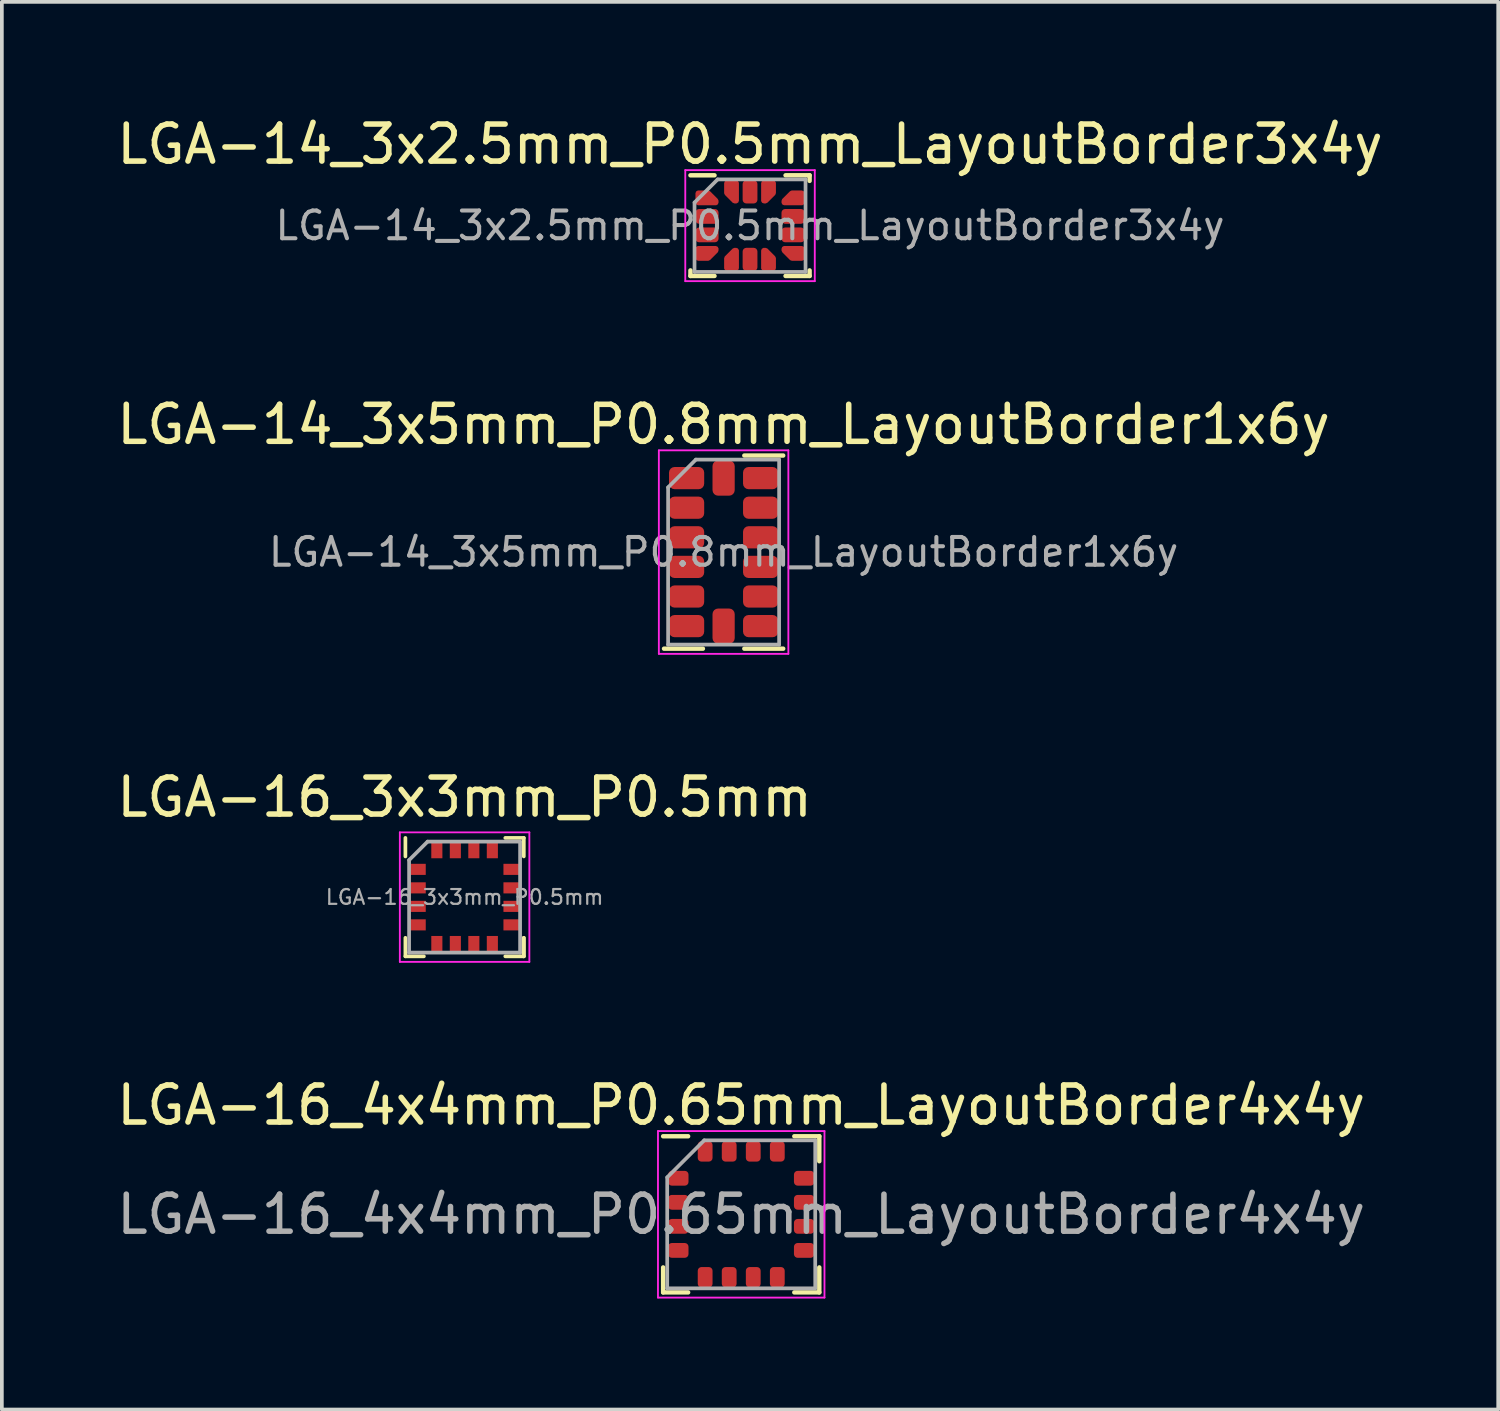
<source format=kicad_pcb>
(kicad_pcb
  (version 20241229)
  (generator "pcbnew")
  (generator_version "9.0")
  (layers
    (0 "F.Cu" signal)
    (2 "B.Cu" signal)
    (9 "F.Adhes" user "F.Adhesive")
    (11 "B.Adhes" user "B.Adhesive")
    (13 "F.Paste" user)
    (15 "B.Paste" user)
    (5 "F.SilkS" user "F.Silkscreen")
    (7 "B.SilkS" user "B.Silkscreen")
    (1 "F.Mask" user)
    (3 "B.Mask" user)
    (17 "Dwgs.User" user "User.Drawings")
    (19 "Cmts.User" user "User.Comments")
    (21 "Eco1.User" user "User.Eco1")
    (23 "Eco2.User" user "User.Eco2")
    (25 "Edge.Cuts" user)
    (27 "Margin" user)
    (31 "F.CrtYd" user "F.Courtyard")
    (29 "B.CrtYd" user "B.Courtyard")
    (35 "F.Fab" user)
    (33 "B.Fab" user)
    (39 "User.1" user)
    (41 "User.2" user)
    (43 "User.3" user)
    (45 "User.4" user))
  (footprint "LGA-16_4x4mm_P0.65mm_LayoutBorder4x4y"
    (layer "F.Cu")
    (at 16.982 29.768)
    (property "Reference" "LGA-16_4x4mm_P0.65mm_LayoutBorder4x4y" (at 0 -2.95 0) (layer "F.SilkS") (effects (font (size 1 1) (thickness 0.15))))
    (attr smd)
    (fp_line (start -2.11 2.11) (end -2.11 1.435) (stroke (width 0.12) (type solid)) (layer "F.SilkS"))
    (fp_line (start -1.435 -2.11) (end -2.11 -2.11) (stroke (width 0.12) (type solid)) (layer "F.SilkS"))
    (fp_line (start -1.435 2.11) (end -2.11 2.11) (stroke (width 0.12) (type solid)) (layer "F.SilkS"))
    (fp_line (start 1.435 -2.11) (end 2.11 -2.11) (stroke (width 0.12) (type solid)) (layer "F.SilkS"))
    (fp_line (start 1.435 2.11) (end 2.11 2.11) (stroke (width 0.12) (type solid)) (layer "F.SilkS"))
    (fp_line (start 2.11 -2.11) (end 2.11 -1.435) (stroke (width 0.12) (type solid)) (layer "F.SilkS"))
    (fp_line (start 2.11 2.11) (end 2.11 1.435) (stroke (width 0.12) (type solid)) (layer "F.SilkS"))
    (fp_line (start -2.25 -2.25) (end -2.25 2.25) (stroke (width 0.05) (type solid)) (layer "F.CrtYd"))
    (fp_line (start -2.25 2.25) (end 2.25 2.25) (stroke (width 0.05) (type solid)) (layer "F.CrtYd"))
    (fp_line (start 2.25 -2.25) (end -2.25 -2.25) (stroke (width 0.05) (type solid)) (layer "F.CrtYd"))
    (fp_line (start 2.25 2.25) (end 2.25 -2.25) (stroke (width 0.05) (type solid)) (layer "F.CrtYd"))
    (fp_line (start -2 -1) (end -1 -2) (stroke (width 0.1) (type solid)) (layer "F.Fab"))
    (fp_line (start -2 2) (end -2 -1) (stroke (width 0.1) (type solid)) (layer "F.Fab"))
    (fp_line (start -1 -2) (end 2 -2) (stroke (width 0.1) (type solid)) (layer "F.Fab"))
    (fp_line (start 2 -2) (end 2 2) (stroke (width 0.1) (type solid)) (layer "F.Fab"))
    (fp_line (start 2 2) (end -2 2) (stroke (width 0.1) (type solid)) (layer "F.Fab"))
    (fp_text user "${REFERENCE}" (at 0 0 0) (layer "F.Fab") (effects (font (size 1 1) (thickness 0.15))))
    (pad "1" smd roundrect (at -1.7 -0.975) (size 0.55 0.4) (layers "F.Cu" "F.Mask" "F.Paste") (roundrect_rratio 0.25))
    (pad "2" smd roundrect (at -1.7 -0.325) (size 0.55 0.4) (layers "F.Cu" "F.Mask" "F.Paste") (roundrect_rratio 0.25))
    (pad "3" smd roundrect (at -1.7 0.325) (size 0.55 0.4) (layers "F.Cu" "F.Mask" "F.Paste") (roundrect_rratio 0.25))
    (pad "4" smd roundrect (at -1.7 0.975) (size 0.55 0.4) (layers "F.Cu" "F.Mask" "F.Paste") (roundrect_rratio 0.25))
    (pad "5" smd roundrect (at -0.975 1.7) (size 0.4 0.55) (layers "F.Cu" "F.Mask" "F.Paste") (roundrect_rratio 0.25))
    (pad "6" smd roundrect (at -0.325 1.7) (size 0.4 0.55) (layers "F.Cu" "F.Mask" "F.Paste") (roundrect_rratio 0.25))
    (pad "7" smd roundrect (at 0.325 1.7) (size 0.4 0.55) (layers "F.Cu" "F.Mask" "F.Paste") (roundrect_rratio 0.25))
    (pad "8" smd roundrect (at 0.975 1.7) (size 0.4 0.55) (layers "F.Cu" "F.Mask" "F.Paste") (roundrect_rratio 0.25))
    (pad "9" smd roundrect (at 1.7 0.975) (size 0.55 0.4) (layers "F.Cu" "F.Mask" "F.Paste") (roundrect_rratio 0.25))
    (pad "10" smd roundrect (at 1.7 0.325) (size 0.55 0.4) (layers "F.Cu" "F.Mask" "F.Paste") (roundrect_rratio 0.25))
    (pad "11" smd roundrect (at 1.7 -0.325) (size 0.55 0.4) (layers "F.Cu" "F.Mask" "F.Paste") (roundrect_rratio 0.25))
    (pad "12" smd roundrect (at 1.7 -0.975) (size 0.55 0.4) (layers "F.Cu" "F.Mask" "F.Paste") (roundrect_rratio 0.25))
    (pad "13" smd roundrect (at 0.975 -1.7) (size 0.4 0.55) (layers "F.Cu" "F.Mask" "F.Paste") (roundrect_rratio 0.25))
    (pad "14" smd roundrect (at 0.325 -1.7) (size 0.4 0.55) (layers "F.Cu" "F.Mask" "F.Paste") (roundrect_rratio 0.25))
    (pad "15" smd roundrect (at -0.325 -1.7) (size 0.4 0.55) (layers "F.Cu" "F.Mask" "F.Paste") (roundrect_rratio 0.25))
    (pad "16" smd roundrect (at -0.975 -1.7) (size 0.4 0.55) (layers "F.Cu" "F.Mask" "F.Paste") (roundrect_rratio 0.25)))
  (footprint "LGA-16_3x3mm_P0.5mm"
    (layer "F.Cu")
    (at 9.506 21.195)
    (property "Reference" "LGA-16_3x3mm_P0.5mm" (at 0 -2.7 0) (layer "F.SilkS") (effects (font (size 1 1) (thickness 0.15))))
    (attr smd)
    (fp_line (start -1.6 -1.6) (end -1.6 -1.1) (stroke (width 0.1) (type solid)) (layer "F.SilkS"))
    (fp_line (start -1.6 1.6) (end -1.6 1.1) (stroke (width 0.1) (type solid)) (layer "F.SilkS"))
    (fp_line (start -1.6 1.6) (end -1.1 1.6) (stroke (width 0.1) (type solid)) (layer "F.SilkS"))
    (fp_line (start 1.1 -1.6) (end 1.6 -1.6) (stroke (width 0.1) (type solid)) (layer "F.SilkS"))
    (fp_line (start 1.6 -1.6) (end 1.6 -1.1) (stroke (width 0.1) (type solid)) (layer "F.SilkS"))
    (fp_line (start 1.6 1.1) (end 1.6 1.6) (stroke (width 0.1) (type solid)) (layer "F.SilkS"))
    (fp_line (start 1.6 1.6) (end 1.1 1.6) (stroke (width 0.1) (type solid)) (layer "F.SilkS"))
    (fp_line (start 1.6 1.6) (end 1.6 1.1) (stroke (width 0.1) (type solid)) (layer "F.SilkS"))
    (fp_line (start -1.75 -1.75) (end 1.75 -1.75) (stroke (width 0.05) (type solid)) (layer "F.CrtYd"))
    (fp_line (start -1.75 1.75) (end -1.75 -1.75) (stroke (width 0.05) (type solid)) (layer "F.CrtYd"))
    (fp_line (start 1.75 -1.75) (end 1.75 1.75) (stroke (width 0.05) (type solid)) (layer "F.CrtYd"))
    (fp_line (start 1.75 1.75) (end -1.75 1.75) (stroke (width 0.05) (type solid)) (layer "F.CrtYd"))
    (fp_line (start -1.5 -1) (end -1 -1.5) (stroke (width 0.1) (type solid)) (layer "F.Fab"))
    (fp_line (start -1.5 1.5) (end -1.5 -1) (stroke (width 0.1) (type solid)) (layer "F.Fab"))
    (fp_line (start -1 -1.5) (end 1.5 -1.5) (stroke (width 0.1) (type solid)) (layer "F.Fab"))
    (fp_line (start 1.5 -1.5) (end 1.5 1.5) (stroke (width 0.1) (type solid)) (layer "F.Fab"))
    (fp_line (start 1.5 1.5) (end -1.5 1.5) (stroke (width 0.1) (type solid)) (layer "F.Fab"))
    (fp_text user "${REFERENCE}" (at 0 0 180) (layer "F.Fab") (effects (font (size 0.4 0.4) (thickness 0.06))))
    (pad "1" smd rect (at -1.275 -0.75 90) (size 0.3 0.45) (layers "F.Cu" "F.Mask" "F.Paste"))
    (pad "2" smd rect (at -1.275 -0.25 90) (size 0.3 0.45) (layers "F.Cu" "F.Mask" "F.Paste"))
    (pad "3" smd rect (at -1.275 0.25 90) (size 0.3 0.45) (layers "F.Cu" "F.Mask" "F.Paste"))
    (pad "4" smd rect (at -1.275 0.75 90) (size 0.3 0.45) (layers "F.Cu" "F.Mask" "F.Paste"))
    (pad "5" smd rect (at -0.75 1.275) (size 0.3 0.45) (layers "F.Cu" "F.Mask" "F.Paste"))
    (pad "6" smd rect (at -0.25 1.275) (size 0.3 0.45) (layers "F.Cu" "F.Mask" "F.Paste"))
    (pad "7" smd rect (at 0.25 1.275) (size 0.3 0.45) (layers "F.Cu" "F.Mask" "F.Paste"))
    (pad "8" smd rect (at 0.75 1.275) (size 0.3 0.45) (layers "F.Cu" "F.Mask" "F.Paste"))
    (pad "9" smd rect (at 1.275 0.75 90) (size 0.3 0.45) (layers "F.Cu" "F.Mask" "F.Paste"))
    (pad "10" smd rect (at 1.275 0.25 90) (size 0.3 0.45) (layers "F.Cu" "F.Mask" "F.Paste"))
    (pad "11" smd rect (at 1.275 -0.25 90) (size 0.3 0.45) (layers "F.Cu" "F.Mask" "F.Paste"))
    (pad "12" smd rect (at 1.275 -0.75 90) (size 0.3 0.45) (layers "F.Cu" "F.Mask" "F.Paste"))
    (pad "13" smd rect (at 0.75 -1.275) (size 0.3 0.45) (layers "F.Cu" "F.Mask" "F.Paste"))
    (pad "14" smd rect (at 0.25 -1.275) (size 0.3 0.45) (layers "F.Cu" "F.Mask" "F.Paste"))
    (pad "15" smd rect (at -0.25 -1.275) (size 0.3 0.45) (layers "F.Cu" "F.Mask" "F.Paste"))
    (pad "16" smd rect (at -0.75 -1.275) (size 0.3 0.45) (layers "F.Cu" "F.Mask" "F.Paste")))
  (footprint "LGA-14_3x2.5mm_P0.5mm_LayoutBorder3x4y"
    (layer "F.Cu")
    (at 17.22 3.048)
    (property "Reference" "LGA-14_3x2.5mm_P0.5mm_LayoutBorder3x4y" (at 0 -2.2 0) (layer "F.SilkS") (effects (font (size 1 1) (thickness 0.15))))
    (attr smd)
    (fp_line (start -1.61 1.36) (end -1.61 1.21) (stroke (width 0.12) (type solid)) (layer "F.SilkS"))
    (fp_line (start -0.96 -1.36) (end -1.61 -1.36) (stroke (width 0.12) (type solid)) (layer "F.SilkS"))
    (fp_line (start -0.96 1.36) (end -1.61 1.36) (stroke (width 0.12) (type solid)) (layer "F.SilkS"))
    (fp_line (start 0.96 -1.36) (end 1.61 -1.36) (stroke (width 0.12) (type solid)) (layer "F.SilkS"))
    (fp_line (start 0.96 1.36) (end 1.61 1.36) (stroke (width 0.12) (type solid)) (layer "F.SilkS"))
    (fp_line (start 1.61 -1.36) (end 1.61 -1.21) (stroke (width 0.12) (type solid)) (layer "F.SilkS"))
    (fp_line (start 1.61 1.36) (end 1.61 1.21) (stroke (width 0.12) (type solid)) (layer "F.SilkS"))
    (fp_line (start -1.75 -1.5) (end -1.75 1.5) (stroke (width 0.05) (type solid)) (layer "F.CrtYd"))
    (fp_line (start -1.75 1.5) (end 1.75 1.5) (stroke (width 0.05) (type solid)) (layer "F.CrtYd"))
    (fp_line (start 1.75 -1.5) (end -1.75 -1.5) (stroke (width 0.05) (type solid)) (layer "F.CrtYd"))
    (fp_line (start 1.75 1.5) (end 1.75 -1.5) (stroke (width 0.05) (type solid)) (layer "F.CrtYd"))
    (fp_line (start -1.5 -0.625) (end -0.875 -1.25) (stroke (width 0.1) (type solid)) (layer "F.Fab"))
    (fp_line (start -1.5 1.25) (end -1.5 -0.625) (stroke (width 0.1) (type solid)) (layer "F.Fab"))
    (fp_line (start -0.875 -1.25) (end 1.5 -1.25) (stroke (width 0.1) (type solid)) (layer "F.Fab"))
    (fp_line (start 1.5 -1.25) (end 1.5 1.25) (stroke (width 0.1) (type solid)) (layer "F.Fab"))
    (fp_line (start 1.5 1.25) (end -1.5 1.25) (stroke (width 0.1) (type solid)) (layer "F.Fab"))
    (fp_text user "${REFERENCE}" (at 0 0 0) (layer "F.Fab") (effects (font (size 0.75 0.75) (thickness 0.11))))
    (pad "1" smd custom (at -1.163 -0.75) (size 0.223 0.223) (layers "F.Cu" "F.Mask" "F.Paste") (options (anchor circle)) (primitives (gr_poly (pts (xy -0.237 -0.125) (xy 0.031 -0.125) (xy 0.237 0.081) (xy 0.237 0.125) (xy -0.237 0.125)) (width 0.15) (fill yes))))
    (pad "2" smd roundrect (at -1.163 -0.25) (size 0.625 0.4) (layers "F.Cu" "F.Mask" "F.Paste") (roundrect_rratio 0.25))
    (pad "3" smd roundrect (at -1.163 0.25) (size 0.625 0.4) (layers "F.Cu" "F.Mask" "F.Paste") (roundrect_rratio 0.25))
    (pad "4" smd custom (at -1.163 0.75) (size 0.223 0.223) (layers "F.Cu" "F.Mask" "F.Paste") (options (anchor circle)) (primitives (gr_poly (pts (xy -0.237 -0.125) (xy 0.237 -0.125) (xy 0.237 -0.081) (xy 0.031 0.125) (xy -0.237 0.125)) (width 0.15) (fill yes))))
    (pad "5" smd custom (at -0.5 0.912) (size 0.223 0.223) (layers "F.Cu" "F.Mask" "F.Paste") (options (anchor circle)) (primitives (gr_poly (pts (xy -0.125 -0.031) (xy 0.081 -0.237) (xy 0.125 -0.237) (xy 0.125 0.237) (xy -0.125 0.237)) (width 0.15) (fill yes))))
    (pad "6" smd roundrect (at 0 0.912) (size 0.4 0.625) (layers "F.Cu" "F.Mask" "F.Paste") (roundrect_rratio 0.25))
    (pad "7" smd custom (at 0.5 0.912) (size 0.223 0.223) (layers "F.Cu" "F.Mask" "F.Paste") (options (anchor circle)) (primitives (gr_poly (pts (xy -0.125 -0.237) (xy -0.081 -0.237) (xy 0.125 -0.031) (xy 0.125 0.237) (xy -0.125 0.237)) (width 0.15) (fill yes))))
    (pad "8" smd custom (at 1.163 0.75) (size 0.223 0.223) (layers "F.Cu" "F.Mask" "F.Paste") (options (anchor circle)) (primitives (gr_poly (pts (xy -0.237 -0.125) (xy 0.237 -0.125) (xy 0.237 0.125) (xy -0.031 0.125) (xy -0.237 -0.081)) (width 0.15) (fill yes))))
    (pad "9" smd roundrect (at 1.163 0.25) (size 0.625 0.4) (layers "F.Cu" "F.Mask" "F.Paste") (roundrect_rratio 0.25))
    (pad "10" smd roundrect (at 1.163 -0.25) (size 0.625 0.4) (layers "F.Cu" "F.Mask" "F.Paste") (roundrect_rratio 0.25))
    (pad "11" smd custom (at 1.163 -0.75) (size 0.223 0.223) (layers "F.Cu" "F.Mask" "F.Paste") (options (anchor circle)) (primitives (gr_poly (pts (xy -0.237 0.081) (xy -0.031 -0.125) (xy 0.237 -0.125) (xy 0.237 0.125) (xy -0.237 0.125)) (width 0.15) (fill yes))))
    (pad "12" smd custom (at 0.5 -0.912) (size 0.223 0.223) (layers "F.Cu" "F.Mask" "F.Paste") (options (anchor circle)) (primitives (gr_poly (pts (xy -0.125 -0.237) (xy 0.125 -0.237) (xy 0.125 0.031) (xy -0.081 0.237) (xy -0.125 0.237)) (width 0.15) (fill yes))))
    (pad "13" smd roundrect (at 0 -0.912) (size 0.4 0.625) (layers "F.Cu" "F.Mask" "F.Paste") (roundrect_rratio 0.25))
    (pad "14" smd custom (at -0.5 -0.912) (size 0.223 0.223) (layers "F.Cu" "F.Mask" "F.Paste") (options (anchor circle)) (primitives (gr_poly (pts (xy -0.125 -0.237) (xy 0.125 -0.237) (xy 0.125 0.237) (xy 0.081 0.237) (xy -0.125 0.031)) (width 0.15) (fill yes)))))
  (footprint "LGA-14_3x5mm_P0.8mm_LayoutBorder1x6y"
    (layer "F.Cu")
    (at 16.506 11.871)
    (property "Reference" "LGA-14_3x5mm_P0.8mm_LayoutBorder1x6y" (at 0 -3.45 0) (layer "F.SilkS") (effects (font (size 1 1) (thickness 0.15))))
    (attr smd)
    (fp_line (start -0.56 2.61) (end -1.61 2.61) (stroke (width 0.12) (type solid)) (layer "F.SilkS"))
    (fp_line (start 0.56 -2.61) (end 1.61 -2.61) (stroke (width 0.12) (type solid)) (layer "F.SilkS"))
    (fp_line (start 0.56 2.61) (end 1.61 2.61) (stroke (width 0.12) (type solid)) (layer "F.SilkS"))
    (fp_line (start -1.75 -2.75) (end -1.75 2.75) (stroke (width 0.05) (type solid)) (layer "F.CrtYd"))
    (fp_line (start -1.75 2.75) (end 1.75 2.75) (stroke (width 0.05) (type solid)) (layer "F.CrtYd"))
    (fp_line (start 1.75 -2.75) (end -1.75 -2.75) (stroke (width 0.05) (type solid)) (layer "F.CrtYd"))
    (fp_line (start 1.75 2.75) (end 1.75 -2.75) (stroke (width 0.05) (type solid)) (layer "F.CrtYd"))
    (fp_line (start -1.5 -1.75) (end -0.75 -2.5) (stroke (width 0.1) (type solid)) (layer "F.Fab"))
    (fp_line (start -1.5 2.5) (end -1.5 -1.75) (stroke (width 0.1) (type solid)) (layer "F.Fab"))
    (fp_line (start -0.75 -2.5) (end 1.5 -2.5) (stroke (width 0.1) (type solid)) (layer "F.Fab"))
    (fp_line (start 1.5 -2.5) (end 1.5 2.5) (stroke (width 0.1) (type solid)) (layer "F.Fab"))
    (fp_line (start 1.5 2.5) (end -1.5 2.5) (stroke (width 0.1) (type solid)) (layer "F.Fab"))
    (fp_text user "${REFERENCE}" (at 0 0 0) (layer "F.Fab") (effects (font (size 0.75 0.75) (thickness 0.11))))
    (pad "1" smd roundrect (at -1 -2) (size 0.95 0.6) (layers "F.Cu" "F.Mask" "F.Paste") (roundrect_rratio 0.25))
    (pad "2" smd roundrect (at -1 -1.2) (size 0.95 0.6) (layers "F.Cu" "F.Mask" "F.Paste") (roundrect_rratio 0.25))
    (pad "3" smd roundrect (at -1 -0.4) (size 0.95 0.6) (layers "F.Cu" "F.Mask" "F.Paste") (roundrect_rratio 0.25))
    (pad "4" smd roundrect (at -1 0.4) (size 0.95 0.6) (layers "F.Cu" "F.Mask" "F.Paste") (roundrect_rratio 0.25))
    (pad "5" smd roundrect (at -1 1.2) (size 0.95 0.6) (layers "F.Cu" "F.Mask" "F.Paste") (roundrect_rratio 0.25))
    (pad "6" smd roundrect (at -1 2) (size 0.95 0.6) (layers "F.Cu" "F.Mask" "F.Paste") (roundrect_rratio 0.25))
    (pad "7" smd roundrect (at 0 2) (size 0.6 0.95) (layers "F.Cu" "F.Mask" "F.Paste") (roundrect_rratio 0.25))
    (pad "8" smd roundrect (at 1 2) (size 0.95 0.6) (layers "F.Cu" "F.Mask" "F.Paste") (roundrect_rratio 0.25))
    (pad "9" smd roundrect (at 1 1.2) (size 0.95 0.6) (layers "F.Cu" "F.Mask" "F.Paste") (roundrect_rratio 0.25))
    (pad "10" smd roundrect (at 1 0.4) (size 0.95 0.6) (layers "F.Cu" "F.Mask" "F.Paste") (roundrect_rratio 0.25))
    (pad "11" smd roundrect (at 1 -0.4) (size 0.95 0.6) (layers "F.Cu" "F.Mask" "F.Paste") (roundrect_rratio 0.25))
    (pad "12" smd roundrect (at 1 -1.2) (size 0.95 0.6) (layers "F.Cu" "F.Mask" "F.Paste") (roundrect_rratio 0.25))
    (pad "13" smd roundrect (at 1 -2) (size 0.95 0.6) (layers "F.Cu" "F.Mask" "F.Paste") (roundrect_rratio 0.25))
    (pad "14" smd roundrect (at 0 -2) (size 0.6 0.95) (layers "F.Cu" "F.Mask" "F.Paste") (roundrect_rratio 0.25)))
  (gr_rect
    (start -3 -3)
    (end 37.44 35.043)
    (stroke (width 0.1) (type default))
    (fill no)
    (layer "Edge.Cuts")))
</source>
